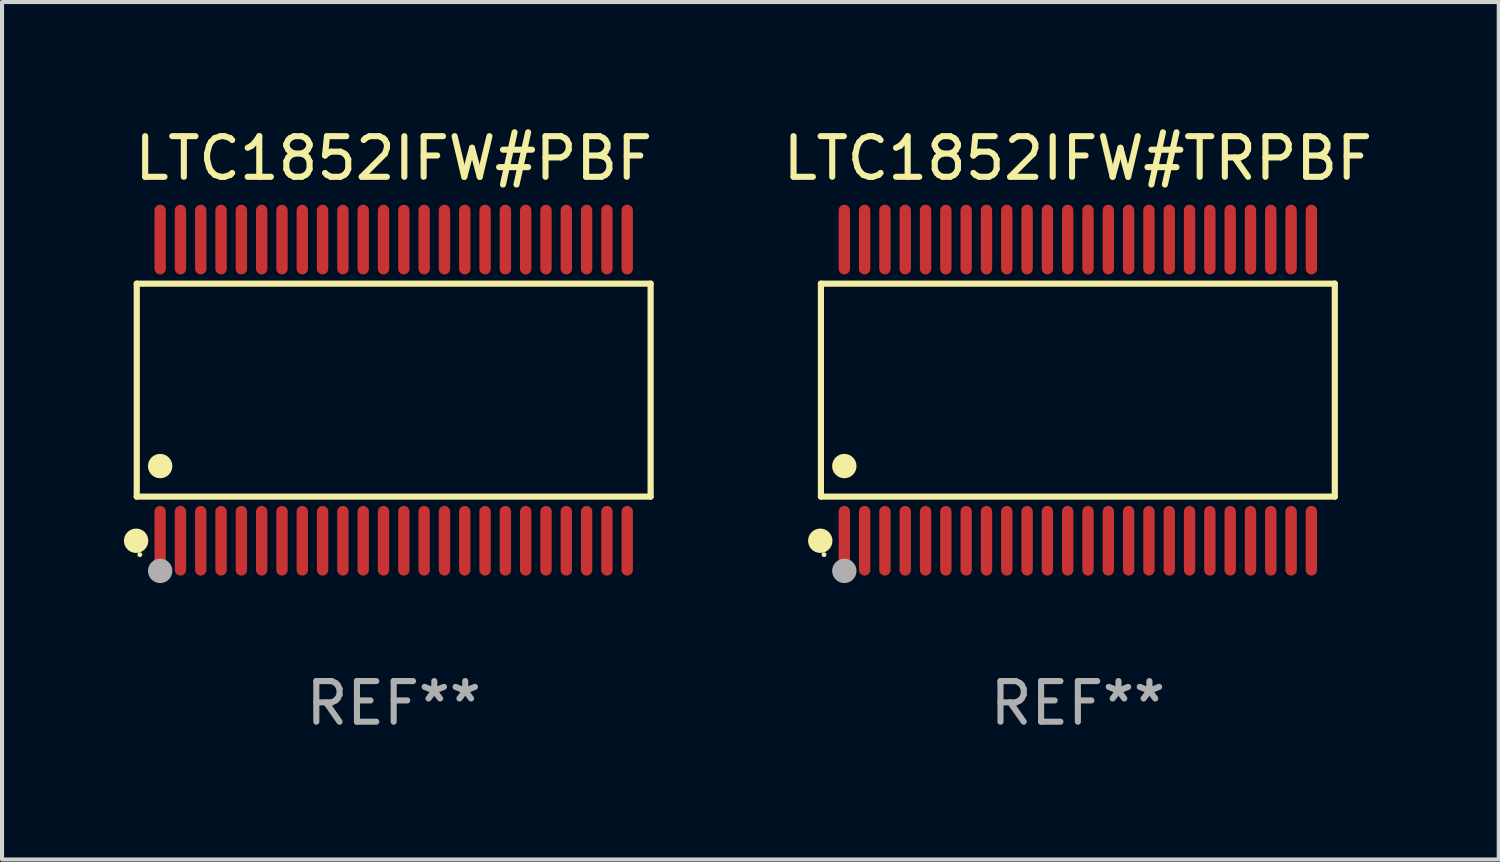
<source format=kicad_pcb>
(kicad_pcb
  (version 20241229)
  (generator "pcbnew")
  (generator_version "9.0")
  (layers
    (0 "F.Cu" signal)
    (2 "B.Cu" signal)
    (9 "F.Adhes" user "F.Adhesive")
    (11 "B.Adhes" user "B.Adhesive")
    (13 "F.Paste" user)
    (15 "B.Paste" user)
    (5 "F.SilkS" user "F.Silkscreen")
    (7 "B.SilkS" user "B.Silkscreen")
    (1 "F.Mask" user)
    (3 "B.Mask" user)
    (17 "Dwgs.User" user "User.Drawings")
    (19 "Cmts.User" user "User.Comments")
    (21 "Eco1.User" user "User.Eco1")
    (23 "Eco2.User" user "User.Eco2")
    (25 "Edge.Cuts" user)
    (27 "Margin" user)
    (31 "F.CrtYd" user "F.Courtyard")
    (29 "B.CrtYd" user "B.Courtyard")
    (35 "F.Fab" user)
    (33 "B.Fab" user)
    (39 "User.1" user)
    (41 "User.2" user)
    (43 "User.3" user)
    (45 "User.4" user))
  (footprint "LTC1852IFW#PBF"
    (layer "F.Cu")
    (at 6.643 6.556)
    (property "Reference" "LTC1852IFW#PBF" (at 0 -5.708 0) (layer "F.SilkS") (effects (font (size 1 1) (thickness 0.15))))
    (attr through_hole)
    (fp_line (start -6.326 -2.622) (end 6.326 -2.622) (stroke (width 0.152) (type solid)) (layer "F.SilkS"))
    (fp_line (start -6.326 2.621) (end -6.326 -2.622) (stroke (width 0.152) (type solid)) (layer "F.SilkS"))
    (fp_line (start 6.326 -2.622) (end 6.326 2.621) (stroke (width 0.152) (type solid)) (layer "F.SilkS"))
    (fp_line (start 6.326 2.621) (end -6.326 2.621) (stroke (width 0.152) (type solid)) (layer "F.SilkS"))
    (fp_circle (center -6.342 3.708) (end -6.192 3.708) (stroke (width 0.3) (type solid)) (fill no) (layer "F.SilkS"))
    (fp_circle (center -6.25 4.05) (end -6.22 4.05) (stroke (width 0.06) (type solid)) (fill no) (layer "F.SilkS"))
    (fp_circle (center -5.75 1.869) (end -5.6 1.869) (stroke (width 0.3) (type solid)) (fill no) (layer "F.SilkS"))
    (fp_circle (center -5.75 4.45) (end -5.6 4.45) (stroke (width 0.3) (type solid)) (fill no) (layer "F.Fab"))
    (fp_text user "REF**" (at 0 7.708 0) (layer "F.Fab") (effects (font (size 1 1) (thickness 0.15))))
    (pad "1" smd oval (at -5.75 3.708) (size 0.28 1.715) (layers "F.Cu" "F.Mask" "F.Paste"))
    (pad "2" smd oval (at -5.25 3.708) (size 0.28 1.715) (layers "F.Cu" "F.Mask" "F.Paste"))
    (pad "3" smd oval (at -4.75 3.708) (size 0.28 1.715) (layers "F.Cu" "F.Mask" "F.Paste"))
    (pad "4" smd oval (at -4.25 3.708) (size 0.28 1.715) (layers "F.Cu" "F.Mask" "F.Paste"))
    (pad "5" smd oval (at -3.75 3.708) (size 0.28 1.715) (layers "F.Cu" "F.Mask" "F.Paste"))
    (pad "6" smd oval (at -3.25 3.708) (size 0.28 1.715) (layers "F.Cu" "F.Mask" "F.Paste"))
    (pad "7" smd oval (at -2.75 3.708) (size 0.28 1.715) (layers "F.Cu" "F.Mask" "F.Paste"))
    (pad "8" smd oval (at -2.25 3.708) (size 0.28 1.715) (layers "F.Cu" "F.Mask" "F.Paste"))
    (pad "9" smd oval (at -1.75 3.708) (size 0.28 1.715) (layers "F.Cu" "F.Mask" "F.Paste"))
    (pad "10" smd oval (at -1.25 3.708) (size 0.28 1.715) (layers "F.Cu" "F.Mask" "F.Paste"))
    (pad "11" smd oval (at -0.75 3.708) (size 0.28 1.715) (layers "F.Cu" "F.Mask" "F.Paste"))
    (pad "12" smd oval (at -0.25 3.708) (size 0.28 1.715) (layers "F.Cu" "F.Mask" "F.Paste"))
    (pad "13" smd oval (at 0.25 3.708) (size 0.28 1.715) (layers "F.Cu" "F.Mask" "F.Paste"))
    (pad "14" smd oval (at 0.75 3.708) (size 0.28 1.715) (layers "F.Cu" "F.Mask" "F.Paste"))
    (pad "15" smd oval (at 1.25 3.708) (size 0.28 1.715) (layers "F.Cu" "F.Mask" "F.Paste"))
    (pad "16" smd oval (at 1.75 3.708) (size 0.28 1.715) (layers "F.Cu" "F.Mask" "F.Paste"))
    (pad "17" smd oval (at 2.25 3.708) (size 0.28 1.715) (layers "F.Cu" "F.Mask" "F.Paste"))
    (pad "18" smd oval (at 2.75 3.708) (size 0.28 1.715) (layers "F.Cu" "F.Mask" "F.Paste"))
    (pad "19" smd oval (at 3.25 3.708) (size 0.28 1.715) (layers "F.Cu" "F.Mask" "F.Paste"))
    (pad "20" smd oval (at 3.75 3.708) (size 0.28 1.715) (layers "F.Cu" "F.Mask" "F.Paste"))
    (pad "21" smd oval (at 4.25 3.708) (size 0.28 1.715) (layers "F.Cu" "F.Mask" "F.Paste"))
    (pad "22" smd oval (at 4.75 3.708) (size 0.28 1.715) (layers "F.Cu" "F.Mask" "F.Paste"))
    (pad "23" smd oval (at 5.25 3.708) (size 0.28 1.715) (layers "F.Cu" "F.Mask" "F.Paste"))
    (pad "24" smd oval (at 5.75 3.708) (size 0.28 1.715) (layers "F.Cu" "F.Mask" "F.Paste"))
    (pad "25" smd oval (at 5.75 -3.708) (size 0.28 1.715) (layers "F.Cu" "F.Mask" "F.Paste"))
    (pad "26" smd oval (at 5.25 -3.708) (size 0.28 1.715) (layers "F.Cu" "F.Mask" "F.Paste"))
    (pad "27" smd oval (at 4.75 -3.708) (size 0.28 1.715) (layers "F.Cu" "F.Mask" "F.Paste"))
    (pad "28" smd oval (at 4.25 -3.708) (size 0.28 1.715) (layers "F.Cu" "F.Mask" "F.Paste"))
    (pad "29" smd oval (at 3.75 -3.708) (size 0.28 1.715) (layers "F.Cu" "F.Mask" "F.Paste"))
    (pad "30" smd oval (at 3.25 -3.708) (size 0.28 1.715) (layers "F.Cu" "F.Mask" "F.Paste"))
    (pad "31" smd oval (at 2.75 -3.708) (size 0.28 1.715) (layers "F.Cu" "F.Mask" "F.Paste"))
    (pad "32" smd oval (at 2.25 -3.708) (size 0.28 1.715) (layers "F.Cu" "F.Mask" "F.Paste"))
    (pad "33" smd oval (at 1.75 -3.708) (size 0.28 1.715) (layers "F.Cu" "F.Mask" "F.Paste"))
    (pad "34" smd oval (at 1.25 -3.708) (size 0.28 1.715) (layers "F.Cu" "F.Mask" "F.Paste"))
    (pad "35" smd oval (at 0.75 -3.708) (size 0.28 1.715) (layers "F.Cu" "F.Mask" "F.Paste"))
    (pad "36" smd oval (at 0.25 -3.708) (size 0.28 1.715) (layers "F.Cu" "F.Mask" "F.Paste"))
    (pad "37" smd oval (at -0.25 -3.708) (size 0.28 1.715) (layers "F.Cu" "F.Mask" "F.Paste"))
    (pad "38" smd oval (at -0.75 -3.708) (size 0.28 1.715) (layers "F.Cu" "F.Mask" "F.Paste"))
    (pad "39" smd oval (at -1.25 -3.708) (size 0.28 1.715) (layers "F.Cu" "F.Mask" "F.Paste"))
    (pad "40" smd oval (at -1.75 -3.708) (size 0.28 1.715) (layers "F.Cu" "F.Mask" "F.Paste"))
    (pad "41" smd oval (at -2.25 -3.708) (size 0.28 1.715) (layers "F.Cu" "F.Mask" "F.Paste"))
    (pad "42" smd oval (at -2.75 -3.708) (size 0.28 1.715) (layers "F.Cu" "F.Mask" "F.Paste"))
    (pad "43" smd oval (at -3.25 -3.708) (size 0.28 1.715) (layers "F.Cu" "F.Mask" "F.Paste"))
    (pad "44" smd oval (at -3.75 -3.708) (size 0.28 1.715) (layers "F.Cu" "F.Mask" "F.Paste"))
    (pad "45" smd oval (at -4.25 -3.708) (size 0.28 1.715) (layers "F.Cu" "F.Mask" "F.Paste"))
    (pad "46" smd oval (at -4.75 -3.708) (size 0.28 1.715) (layers "F.Cu" "F.Mask" "F.Paste"))
    (pad "47" smd oval (at -5.25 -3.708) (size 0.28 1.715) (layers "F.Cu" "F.Mask" "F.Paste"))
    (pad "48" smd oval (at -5.75 -3.708) (size 0.28 1.715) (layers "F.Cu" "F.Mask" "F.Paste")))
  (footprint "LTC1852IFW#TRPBF"
    (layer "F.Cu")
    (at 23.488 6.556)
    (property "Reference" "LTC1852IFW#TRPBF" (at 0 -5.708 0) (layer "F.SilkS") (effects (font (size 1 1) (thickness 0.15))))
    (attr through_hole)
    (fp_line (start -6.326 -2.622) (end 6.326 -2.622) (stroke (width 0.152) (type solid)) (layer "F.SilkS"))
    (fp_line (start -6.326 2.621) (end -6.326 -2.622) (stroke (width 0.152) (type solid)) (layer "F.SilkS"))
    (fp_line (start 6.326 -2.622) (end 6.326 2.621) (stroke (width 0.152) (type solid)) (layer "F.SilkS"))
    (fp_line (start 6.326 2.621) (end -6.326 2.621) (stroke (width 0.152) (type solid)) (layer "F.SilkS"))
    (fp_circle (center -6.342 3.708) (end -6.192 3.708) (stroke (width 0.3) (type solid)) (fill no) (layer "F.SilkS"))
    (fp_circle (center -6.25 4.05) (end -6.22 4.05) (stroke (width 0.06) (type solid)) (fill no) (layer "F.SilkS"))
    (fp_circle (center -5.75 1.869) (end -5.6 1.869) (stroke (width 0.3) (type solid)) (fill no) (layer "F.SilkS"))
    (fp_circle (center -5.75 4.45) (end -5.6 4.45) (stroke (width 0.3) (type solid)) (fill no) (layer "F.Fab"))
    (fp_text user "REF**" (at 0 7.708 0) (layer "F.Fab") (effects (font (size 1 1) (thickness 0.15))))
    (pad "1" smd oval (at -5.75 3.708) (size 0.28 1.715) (layers "F.Cu" "F.Mask" "F.Paste"))
    (pad "2" smd oval (at -5.25 3.708) (size 0.28 1.715) (layers "F.Cu" "F.Mask" "F.Paste"))
    (pad "3" smd oval (at -4.75 3.708) (size 0.28 1.715) (layers "F.Cu" "F.Mask" "F.Paste"))
    (pad "4" smd oval (at -4.25 3.708) (size 0.28 1.715) (layers "F.Cu" "F.Mask" "F.Paste"))
    (pad "5" smd oval (at -3.75 3.708) (size 0.28 1.715) (layers "F.Cu" "F.Mask" "F.Paste"))
    (pad "6" smd oval (at -3.25 3.708) (size 0.28 1.715) (layers "F.Cu" "F.Mask" "F.Paste"))
    (pad "7" smd oval (at -2.75 3.708) (size 0.28 1.715) (layers "F.Cu" "F.Mask" "F.Paste"))
    (pad "8" smd oval (at -2.25 3.708) (size 0.28 1.715) (layers "F.Cu" "F.Mask" "F.Paste"))
    (pad "9" smd oval (at -1.75 3.708) (size 0.28 1.715) (layers "F.Cu" "F.Mask" "F.Paste"))
    (pad "10" smd oval (at -1.25 3.708) (size 0.28 1.715) (layers "F.Cu" "F.Mask" "F.Paste"))
    (pad "11" smd oval (at -0.75 3.708) (size 0.28 1.715) (layers "F.Cu" "F.Mask" "F.Paste"))
    (pad "12" smd oval (at -0.25 3.708) (size 0.28 1.715) (layers "F.Cu" "F.Mask" "F.Paste"))
    (pad "13" smd oval (at 0.25 3.708) (size 0.28 1.715) (layers "F.Cu" "F.Mask" "F.Paste"))
    (pad "14" smd oval (at 0.75 3.708) (size 0.28 1.715) (layers "F.Cu" "F.Mask" "F.Paste"))
    (pad "15" smd oval (at 1.25 3.708) (size 0.28 1.715) (layers "F.Cu" "F.Mask" "F.Paste"))
    (pad "16" smd oval (at 1.75 3.708) (size 0.28 1.715) (layers "F.Cu" "F.Mask" "F.Paste"))
    (pad "17" smd oval (at 2.25 3.708) (size 0.28 1.715) (layers "F.Cu" "F.Mask" "F.Paste"))
    (pad "18" smd oval (at 2.75 3.708) (size 0.28 1.715) (layers "F.Cu" "F.Mask" "F.Paste"))
    (pad "19" smd oval (at 3.25 3.708) (size 0.28 1.715) (layers "F.Cu" "F.Mask" "F.Paste"))
    (pad "20" smd oval (at 3.75 3.708) (size 0.28 1.715) (layers "F.Cu" "F.Mask" "F.Paste"))
    (pad "21" smd oval (at 4.25 3.708) (size 0.28 1.715) (layers "F.Cu" "F.Mask" "F.Paste"))
    (pad "22" smd oval (at 4.75 3.708) (size 0.28 1.715) (layers "F.Cu" "F.Mask" "F.Paste"))
    (pad "23" smd oval (at 5.25 3.708) (size 0.28 1.715) (layers "F.Cu" "F.Mask" "F.Paste"))
    (pad "24" smd oval (at 5.75 3.708) (size 0.28 1.715) (layers "F.Cu" "F.Mask" "F.Paste"))
    (pad "25" smd oval (at 5.75 -3.708) (size 0.28 1.715) (layers "F.Cu" "F.Mask" "F.Paste"))
    (pad "26" smd oval (at 5.25 -3.708) (size 0.28 1.715) (layers "F.Cu" "F.Mask" "F.Paste"))
    (pad "27" smd oval (at 4.75 -3.708) (size 0.28 1.715) (layers "F.Cu" "F.Mask" "F.Paste"))
    (pad "28" smd oval (at 4.25 -3.708) (size 0.28 1.715) (layers "F.Cu" "F.Mask" "F.Paste"))
    (pad "29" smd oval (at 3.75 -3.708) (size 0.28 1.715) (layers "F.Cu" "F.Mask" "F.Paste"))
    (pad "30" smd oval (at 3.25 -3.708) (size 0.28 1.715) (layers "F.Cu" "F.Mask" "F.Paste"))
    (pad "31" smd oval (at 2.75 -3.708) (size 0.28 1.715) (layers "F.Cu" "F.Mask" "F.Paste"))
    (pad "32" smd oval (at 2.25 -3.708) (size 0.28 1.715) (layers "F.Cu" "F.Mask" "F.Paste"))
    (pad "33" smd oval (at 1.75 -3.708) (size 0.28 1.715) (layers "F.Cu" "F.Mask" "F.Paste"))
    (pad "34" smd oval (at 1.25 -3.708) (size 0.28 1.715) (layers "F.Cu" "F.Mask" "F.Paste"))
    (pad "35" smd oval (at 0.75 -3.708) (size 0.28 1.715) (layers "F.Cu" "F.Mask" "F.Paste"))
    (pad "36" smd oval (at 0.25 -3.708) (size 0.28 1.715) (layers "F.Cu" "F.Mask" "F.Paste"))
    (pad "37" smd oval (at -0.25 -3.708) (size 0.28 1.715) (layers "F.Cu" "F.Mask" "F.Paste"))
    (pad "38" smd oval (at -0.75 -3.708) (size 0.28 1.715) (layers "F.Cu" "F.Mask" "F.Paste"))
    (pad "39" smd oval (at -1.25 -3.708) (size 0.28 1.715) (layers "F.Cu" "F.Mask" "F.Paste"))
    (pad "40" smd oval (at -1.75 -3.708) (size 0.28 1.715) (layers "F.Cu" "F.Mask" "F.Paste"))
    (pad "41" smd oval (at -2.25 -3.708) (size 0.28 1.715) (layers "F.Cu" "F.Mask" "F.Paste"))
    (pad "42" smd oval (at -2.75 -3.708) (size 0.28 1.715) (layers "F.Cu" "F.Mask" "F.Paste"))
    (pad "43" smd oval (at -3.25 -3.708) (size 0.28 1.715) (layers "F.Cu" "F.Mask" "F.Paste"))
    (pad "44" smd oval (at -3.75 -3.708) (size 0.28 1.715) (layers "F.Cu" "F.Mask" "F.Paste"))
    (pad "45" smd oval (at -4.25 -3.708) (size 0.28 1.715) (layers "F.Cu" "F.Mask" "F.Paste"))
    (pad "46" smd oval (at -4.75 -3.708) (size 0.28 1.715) (layers "F.Cu" "F.Mask" "F.Paste"))
    (pad "47" smd oval (at -5.25 -3.708) (size 0.28 1.715) (layers "F.Cu" "F.Mask" "F.Paste"))
    (pad "48" smd oval (at -5.75 -3.708) (size 0.28 1.715) (layers "F.Cu" "F.Mask" "F.Paste")))
  (gr_rect
    (start -3 -3)
    (end 33.851 18.112)
    (stroke (width 0.1) (type default))
    (fill no)
    (layer "Edge.Cuts")))
</source>
